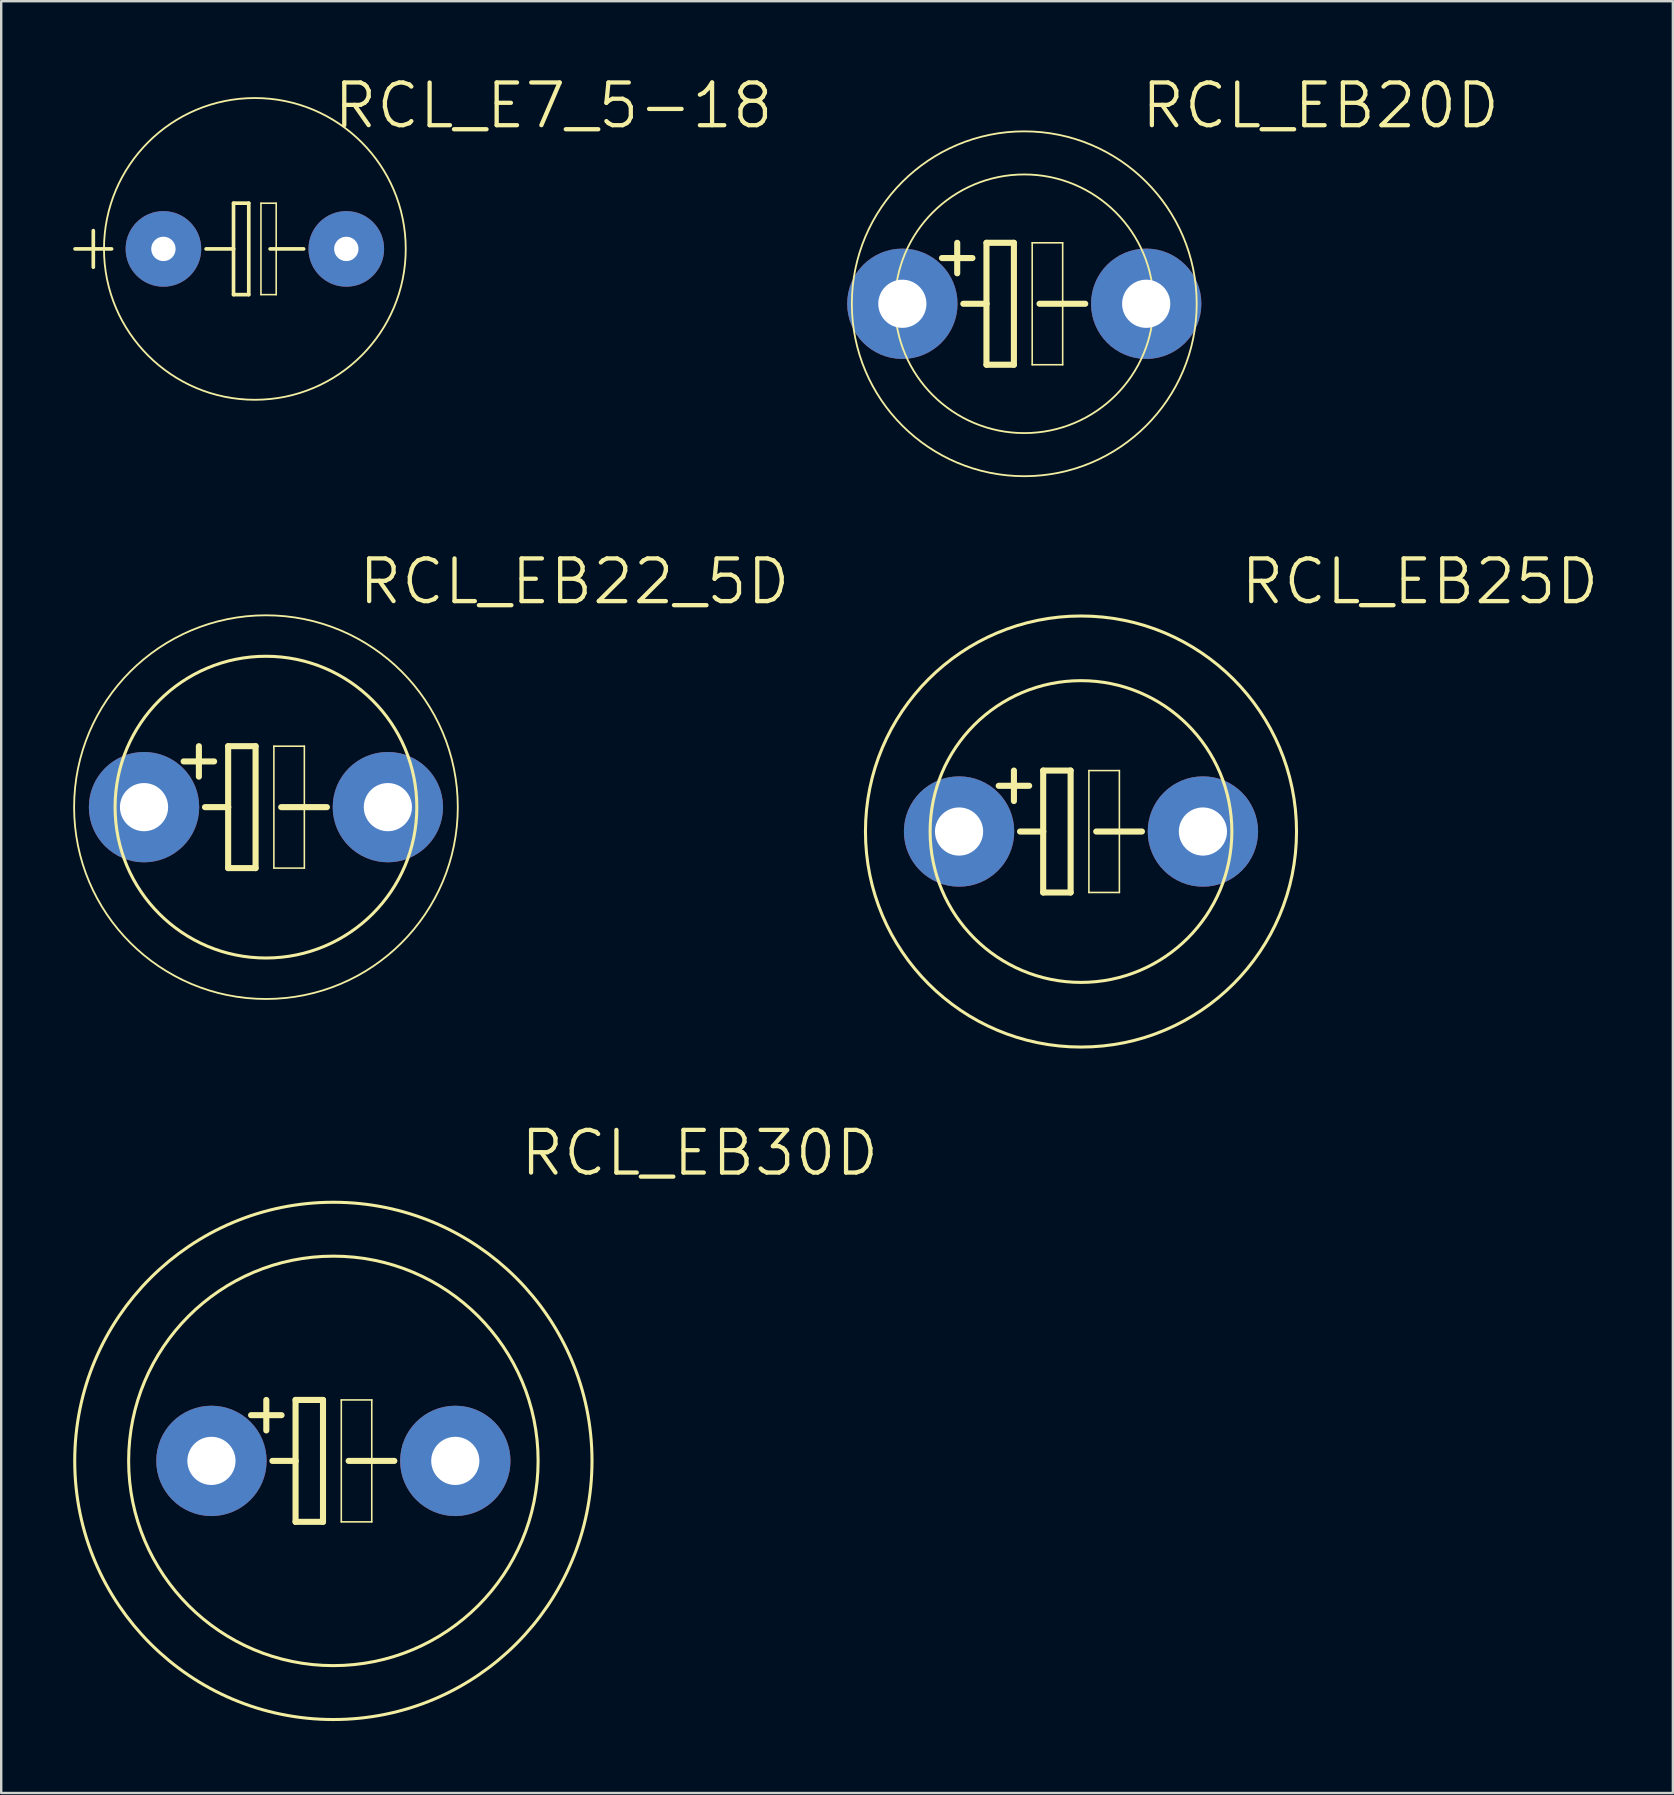
<source format=kicad_pcb>
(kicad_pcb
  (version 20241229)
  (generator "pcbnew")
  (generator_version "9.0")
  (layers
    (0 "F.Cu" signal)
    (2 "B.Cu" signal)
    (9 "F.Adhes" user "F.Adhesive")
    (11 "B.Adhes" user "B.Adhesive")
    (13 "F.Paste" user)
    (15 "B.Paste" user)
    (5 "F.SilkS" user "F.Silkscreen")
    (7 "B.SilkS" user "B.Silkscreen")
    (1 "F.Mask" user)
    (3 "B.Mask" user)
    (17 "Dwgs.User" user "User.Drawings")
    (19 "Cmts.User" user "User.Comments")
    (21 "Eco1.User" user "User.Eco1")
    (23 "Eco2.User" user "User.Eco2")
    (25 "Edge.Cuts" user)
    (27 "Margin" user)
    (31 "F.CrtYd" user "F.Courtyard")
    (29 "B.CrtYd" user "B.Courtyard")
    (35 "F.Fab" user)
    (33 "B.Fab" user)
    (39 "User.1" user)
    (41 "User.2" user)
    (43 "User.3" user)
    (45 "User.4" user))
  (footprint "RCL_EB30D"
    (layer "F.Cu")
    (at 10.84 57.819)
    (property "Reference" "RCL_EB30D" (at 15.265 -12.827 0) (layer "F.SilkS") (effects (font (size 1.778 1.778) (thickness 0.178))))
    (attr exclude_from_pos_files exclude_from_bom)
    (fp_line (start -2.794 -2.54) (end -2.794 -1.27) (stroke (width 0.254) (type solid)) (layer "F.SilkS"))
    (fp_line (start -2.54 0) (end -1.575 0) (stroke (width 0.254) (type solid)) (layer "F.SilkS"))
    (fp_line (start -2.159 -1.905) (end -3.429 -1.905) (stroke (width 0.254) (type solid)) (layer "F.SilkS"))
    (fp_line (start -1.575 -2.54) (end -0.432 -2.54) (stroke (width 0.254) (type solid)) (layer "F.SilkS"))
    (fp_line (start -1.575 0) (end -1.575 -2.54) (stroke (width 0.254) (type solid)) (layer "F.SilkS"))
    (fp_line (start -1.575 2.54) (end -1.575 0) (stroke (width 0.254) (type solid)) (layer "F.SilkS"))
    (fp_line (start -0.432 -2.54) (end -0.432 2.54) (stroke (width 0.254) (type solid)) (layer "F.SilkS"))
    (fp_line (start -0.432 2.54) (end -1.575 2.54) (stroke (width 0.254) (type solid)) (layer "F.SilkS"))
    (fp_line (start 0.33 -2.54) (end 1.6 -2.54) (stroke (width 0.066) (type solid)) (layer "F.SilkS"))
    (fp_line (start 0.33 2.54) (end 0.33 -2.54) (stroke (width 0.066) (type solid)) (layer "F.SilkS"))
    (fp_line (start 0.33 2.54) (end 1.6 2.54) (stroke (width 0.066) (type solid)) (layer "F.SilkS"))
    (fp_line (start 0.635 0) (end 2.54 0) (stroke (width 0.254) (type solid)) (layer "F.SilkS"))
    (fp_line (start 1.6 2.54) (end 1.6 -2.54) (stroke (width 0.066) (type solid)) (layer "F.SilkS"))
    (fp_circle (center 0 0) (end -7.62 7.62) (stroke (width 0.127) (type solid)) (fill no) (layer "F.SilkS"))
    (fp_circle (center 0 0) (end -6.032 6.032) (stroke (width 0.127) (type solid)) (fill no) (layer "F.SilkS"))
    (pad "+" thru_hole circle (at -5.08 0) (size 4.597 4.597) (drill 2.007) (layers "*.Cu" "*.Paste" "*.Mask"))
    (pad "-" thru_hole circle (at 5.08 0) (size 4.597 4.597) (drill 2.007) (layers "*.Cu" "*.Paste" "*.Mask")))
  (footprint "RCL_EB22_5D"
    (layer "F.Cu")
    (at 8.031 30.58)
    (property "Reference" "RCL_EB22_5D" (at 12.852 -9.398 0) (layer "F.SilkS") (effects (font (size 1.778 1.778) (thickness 0.178))))
    (attr exclude_from_pos_files exclude_from_bom)
    (fp_line (start -2.794 -2.54) (end -2.794 -1.27) (stroke (width 0.254) (type solid)) (layer "F.SilkS"))
    (fp_line (start -2.54 0) (end -1.575 0) (stroke (width 0.254) (type solid)) (layer "F.SilkS"))
    (fp_line (start -2.159 -1.905) (end -3.429 -1.905) (stroke (width 0.254) (type solid)) (layer "F.SilkS"))
    (fp_line (start -1.575 -2.54) (end -0.432 -2.54) (stroke (width 0.254) (type solid)) (layer "F.SilkS"))
    (fp_line (start -1.575 0) (end -1.575 -2.54) (stroke (width 0.254) (type solid)) (layer "F.SilkS"))
    (fp_line (start -1.575 2.54) (end -1.575 0) (stroke (width 0.254) (type solid)) (layer "F.SilkS"))
    (fp_line (start -0.432 -2.54) (end -0.432 2.54) (stroke (width 0.254) (type solid)) (layer "F.SilkS"))
    (fp_line (start -0.432 2.54) (end -1.575 2.54) (stroke (width 0.254) (type solid)) (layer "F.SilkS"))
    (fp_line (start 0.33 -2.54) (end 1.6 -2.54) (stroke (width 0.066) (type solid)) (layer "F.SilkS"))
    (fp_line (start 0.33 2.54) (end 0.33 -2.54) (stroke (width 0.066) (type solid)) (layer "F.SilkS"))
    (fp_line (start 0.33 2.54) (end 1.6 2.54) (stroke (width 0.066) (type solid)) (layer "F.SilkS"))
    (fp_line (start 0.635 0) (end 2.54 0) (stroke (width 0.254) (type solid)) (layer "F.SilkS"))
    (fp_line (start 1.6 2.54) (end 1.6 -2.54) (stroke (width 0.066) (type solid)) (layer "F.SilkS"))
    (fp_circle (center 0 0) (end -5.652 5.652) (stroke (width 0.076) (type solid)) (fill no) (layer "F.SilkS"))
    (fp_circle (center 0 0) (end -4.445 4.445) (stroke (width 0.127) (type solid)) (fill no) (layer "F.SilkS"))
    (pad "+" thru_hole circle (at -5.08 0) (size 4.597 4.597) (drill 2.007) (layers "*.Cu" "*.Paste" "*.Mask"))
    (pad "-" thru_hole circle (at 5.08 0) (size 4.597 4.597) (drill 2.007) (layers "*.Cu" "*.Paste" "*.Mask")))
  (footprint "RCL_EB20D"
    (layer "F.Cu")
    (at 39.627 9.607)
    (property "Reference" "RCL_EB20D" (at 12.344 -8.255 0) (layer "F.SilkS") (effects (font (size 1.778 1.778) (thickness 0.178))))
    (attr exclude_from_pos_files exclude_from_bom)
    (fp_line (start -2.794 -2.54) (end -2.794 -1.27) (stroke (width 0.254) (type solid)) (layer "F.SilkS"))
    (fp_line (start -2.54 0) (end -1.575 0) (stroke (width 0.254) (type solid)) (layer "F.SilkS"))
    (fp_line (start -2.159 -1.905) (end -3.429 -1.905) (stroke (width 0.254) (type solid)) (layer "F.SilkS"))
    (fp_line (start -1.575 -2.54) (end -0.432 -2.54) (stroke (width 0.254) (type solid)) (layer "F.SilkS"))
    (fp_line (start -1.575 0) (end -1.575 -2.54) (stroke (width 0.254) (type solid)) (layer "F.SilkS"))
    (fp_line (start -1.575 2.54) (end -1.575 0) (stroke (width 0.254) (type solid)) (layer "F.SilkS"))
    (fp_line (start -0.432 -2.54) (end -0.432 2.54) (stroke (width 0.254) (type solid)) (layer "F.SilkS"))
    (fp_line (start -0.432 2.54) (end -1.575 2.54) (stroke (width 0.254) (type solid)) (layer "F.SilkS"))
    (fp_line (start 0.33 -2.54) (end 1.6 -2.54) (stroke (width 0.066) (type solid)) (layer "F.SilkS"))
    (fp_line (start 0.33 2.54) (end 0.33 -2.54) (stroke (width 0.066) (type solid)) (layer "F.SilkS"))
    (fp_line (start 0.33 2.54) (end 1.6 2.54) (stroke (width 0.066) (type solid)) (layer "F.SilkS"))
    (fp_line (start 0.635 0) (end 2.54 0) (stroke (width 0.254) (type solid)) (layer "F.SilkS"))
    (fp_line (start 1.6 2.54) (end 1.6 -2.54) (stroke (width 0.066) (type solid)) (layer "F.SilkS"))
    (fp_circle (center 0 0) (end -5.08 5.08) (stroke (width 0.076) (type solid)) (fill no) (layer "F.SilkS"))
    (fp_circle (center 0 0) (end -3.81 3.81) (stroke (width 0.076) (type solid)) (fill no) (layer "F.SilkS"))
    (pad "+" thru_hole circle (at -5.08 0) (size 4.597 4.597) (drill 2.007) (layers "*.Cu" "*.Paste" "*.Mask"))
    (pad "-" thru_hole circle (at 5.08 0) (size 4.597 4.597) (drill 2.007) (layers "*.Cu" "*.Paste" "*.Mask")))
  (footprint "RCL_EB25D"
    (layer "F.Cu")
    (at 41.99 31.596)
    (property "Reference" "RCL_EB25D" (at 14.122 -10.414 0) (layer "F.SilkS") (effects (font (size 1.778 1.778) (thickness 0.178))))
    (attr exclude_from_pos_files exclude_from_bom)
    (fp_line (start -2.794 -2.54) (end -2.794 -1.27) (stroke (width 0.254) (type solid)) (layer "F.SilkS"))
    (fp_line (start -2.54 0) (end -1.575 0) (stroke (width 0.254) (type solid)) (layer "F.SilkS"))
    (fp_line (start -2.159 -1.905) (end -3.429 -1.905) (stroke (width 0.254) (type solid)) (layer "F.SilkS"))
    (fp_line (start -1.575 -2.54) (end -0.432 -2.54) (stroke (width 0.254) (type solid)) (layer "F.SilkS"))
    (fp_line (start -1.575 0) (end -1.575 -2.54) (stroke (width 0.254) (type solid)) (layer "F.SilkS"))
    (fp_line (start -1.575 2.54) (end -1.575 0) (stroke (width 0.254) (type solid)) (layer "F.SilkS"))
    (fp_line (start -0.432 -2.54) (end -0.432 2.54) (stroke (width 0.254) (type solid)) (layer "F.SilkS"))
    (fp_line (start -0.432 2.54) (end -1.575 2.54) (stroke (width 0.254) (type solid)) (layer "F.SilkS"))
    (fp_line (start 0.33 -2.54) (end 1.6 -2.54) (stroke (width 0.066) (type solid)) (layer "F.SilkS"))
    (fp_line (start 0.33 2.54) (end 0.33 -2.54) (stroke (width 0.066) (type solid)) (layer "F.SilkS"))
    (fp_line (start 0.33 2.54) (end 1.6 2.54) (stroke (width 0.066) (type solid)) (layer "F.SilkS"))
    (fp_line (start 0.635 0) (end 2.54 0) (stroke (width 0.254) (type solid)) (layer "F.SilkS"))
    (fp_line (start 1.6 2.54) (end 1.6 -2.54) (stroke (width 0.066) (type solid)) (layer "F.SilkS"))
    (fp_circle (center 0 0) (end -6.35 6.35) (stroke (width 0.127) (type solid)) (fill no) (layer "F.SilkS"))
    (fp_circle (center 0 0) (end -4.445 4.445) (stroke (width 0.127) (type solid)) (fill no) (layer "F.SilkS"))
    (pad "+" thru_hole circle (at -5.08 0) (size 4.597 4.597) (drill 2.007) (layers "*.Cu" "*.Paste" "*.Mask"))
    (pad "-" thru_hole circle (at 5.08 0) (size 4.597 4.597) (drill 2.007) (layers "*.Cu" "*.Paste" "*.Mask")))
  (footprint "RCL_E7_5-18"
    (layer "F.Cu")
    (at 7.569 7.321)
    (property "Reference" "RCL_E7_5-18" (at 12.446 -5.969 0) (layer "F.SilkS") (effects (font (size 1.778 1.778) (thickness 0.178))))
    (attr exclude_from_pos_files exclude_from_bom)
    (fp_line (start -7.493 0) (end -5.969 0) (stroke (width 0.152) (type solid)) (layer "F.SilkS"))
    (fp_line (start -6.731 0.762) (end -6.731 -0.762) (stroke (width 0.152) (type solid)) (layer "F.SilkS"))
    (fp_line (start -0.889 -1.905) (end -0.889 0) (stroke (width 0.152) (type solid)) (layer "F.SilkS"))
    (fp_line (start -0.889 0) (end -2.032 0) (stroke (width 0.152) (type solid)) (layer "F.SilkS"))
    (fp_line (start -0.889 0) (end -0.889 1.905) (stroke (width 0.152) (type solid)) (layer "F.SilkS"))
    (fp_line (start -0.889 1.905) (end -0.254 1.905) (stroke (width 0.152) (type solid)) (layer "F.SilkS"))
    (fp_line (start -0.254 -1.905) (end -0.889 -1.905) (stroke (width 0.152) (type solid)) (layer "F.SilkS"))
    (fp_line (start -0.254 1.905) (end -0.254 -1.905) (stroke (width 0.152) (type solid)) (layer "F.SilkS"))
    (fp_line (start 0.254 -1.905) (end 0.889 -1.905) (stroke (width 0.066) (type solid)) (layer "F.SilkS"))
    (fp_line (start 0.254 1.905) (end 0.254 -1.905) (stroke (width 0.066) (type solid)) (layer "F.SilkS"))
    (fp_line (start 0.254 1.905) (end 0.889 1.905) (stroke (width 0.066) (type solid)) (layer "F.SilkS"))
    (fp_line (start 0.635 0) (end 2.032 0) (stroke (width 0.152) (type solid)) (layer "F.SilkS"))
    (fp_line (start 0.889 1.905) (end 0.889 -1.905) (stroke (width 0.066) (type solid)) (layer "F.SilkS"))
    (fp_circle (center 0 0) (end -4.445 4.445) (stroke (width 0.076) (type solid)) (fill no) (layer "F.SilkS"))
    (pad "+" thru_hole circle (at -3.81 0) (size 3.15 3.15) (drill 1.016) (layers "*.Cu" "*.Paste" "*.Mask"))
    (pad "-" thru_hole circle (at 3.81 0) (size 3.15 3.15) (drill 1.016) (layers "*.Cu" "*.Paste" "*.Mask")))
  (gr_rect
    (start -3 -3)
    (end 66.652 71.658)
    (stroke (width 0.1) (type default))
    (fill no)
    (layer "Edge.Cuts")))
</source>
